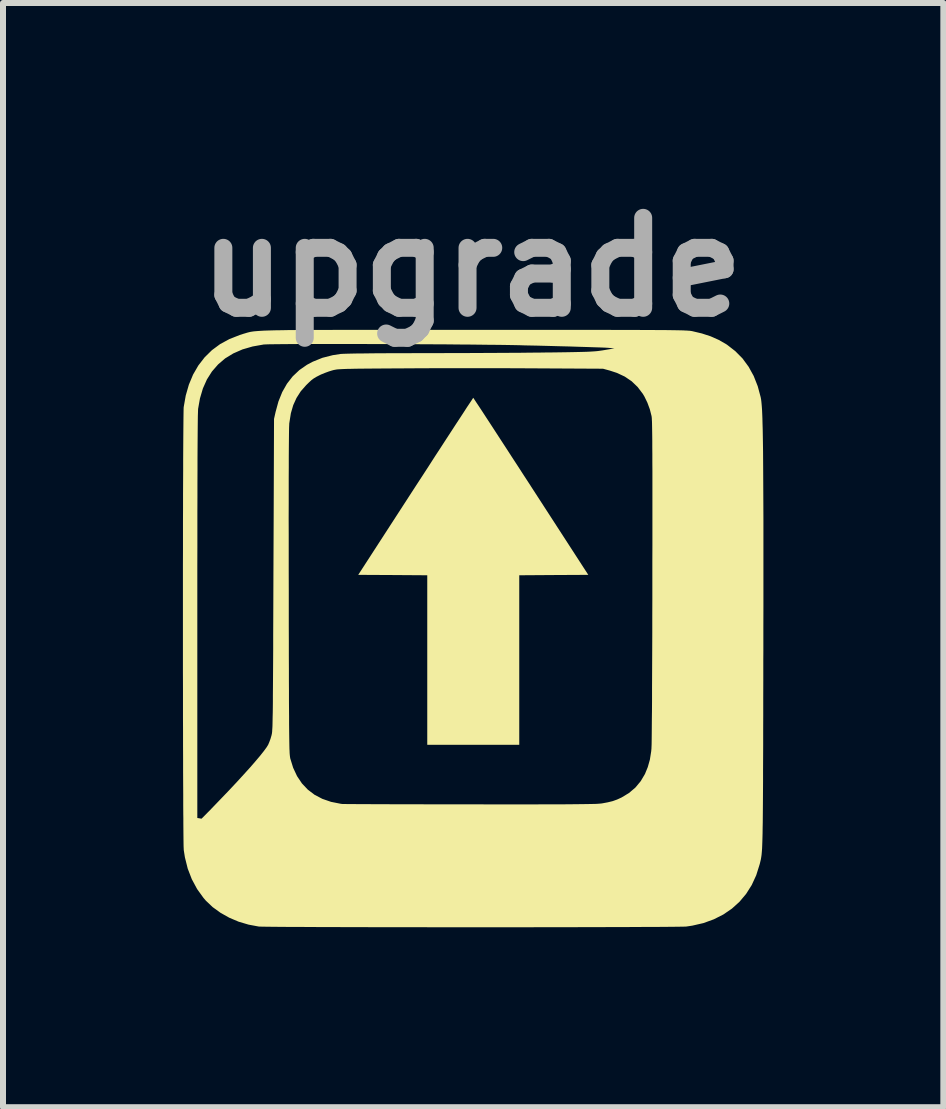
<source format=kicad_pcb>
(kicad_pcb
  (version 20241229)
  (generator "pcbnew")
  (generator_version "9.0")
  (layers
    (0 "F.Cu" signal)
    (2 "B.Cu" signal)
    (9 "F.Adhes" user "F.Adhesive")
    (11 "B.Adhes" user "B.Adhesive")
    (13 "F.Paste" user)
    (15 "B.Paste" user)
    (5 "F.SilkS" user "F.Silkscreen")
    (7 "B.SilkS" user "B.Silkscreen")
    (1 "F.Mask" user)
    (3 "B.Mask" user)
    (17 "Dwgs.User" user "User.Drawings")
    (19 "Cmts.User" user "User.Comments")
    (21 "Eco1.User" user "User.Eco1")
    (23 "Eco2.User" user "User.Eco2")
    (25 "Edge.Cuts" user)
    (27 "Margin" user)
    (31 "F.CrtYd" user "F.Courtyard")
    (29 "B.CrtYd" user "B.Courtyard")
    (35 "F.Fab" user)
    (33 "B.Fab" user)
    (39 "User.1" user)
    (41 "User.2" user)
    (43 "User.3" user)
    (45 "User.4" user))
  (footprint "upgrade"
    (layer "F.Cu")
    (at 4.817 7.404)
    (property "Reference" "upgrade" (at 0 -6 0) (layer "F.Fab") (effects (font (size 1.5 1.5) (thickness 0.3))))
    (attr board_only exclude_from_pos_files exclude_from_bom)
    (fp_poly (pts (xy 0.031 -3.811) (xy 0.05 -3.782) (xy 0.081 -3.735) (xy 0.123 -3.672) (xy 0.175 -3.593) (xy 0.236 -3.499) (xy 0.306 -3.392) (xy 0.384 -3.272) (xy 0.469 -3.141) (xy 0.561 -3) (xy 0.658 -2.85) (xy 0.761 -2.692) (xy 0.867 -2.528) (xy 0.978 -2.358) (xy 0.986 -2.345) (xy 1.942 -0.869) (xy 1.366 -0.866) (xy 0.791 -0.862) (xy 0.791 0.551) (xy 0.791 1.965) (xy 0.024 1.965) (xy -0.743 1.965) (xy -0.743 0.551) (xy -0.743 -0.862) (xy -1.318 -0.866) (xy -1.894 -0.869) (xy -0.938 -2.345) (xy -0.827 -2.515) (xy -0.72 -2.68) (xy -0.618 -2.839) (xy -0.52 -2.989) (xy -0.428 -3.131) (xy -0.342 -3.263) (xy -0.264 -3.383) (xy -0.193 -3.491) (xy -0.131 -3.586) (xy -0.079 -3.667) (xy -0.036 -3.731) (xy -0.004 -3.779) (xy 0.016 -3.81) (xy 0.024 -3.821) (xy 0.024 -3.821)) (stroke (width 0) (type solid)) (fill yes) (layer "F.SilkS"))
    (fp_poly (pts (xy -0.698 -4.954) (xy -0.376 -4.954) (xy -0.032 -4.954) (xy 0.036 -4.954) (xy 0.381 -4.954) (xy 0.703 -4.954) (xy 1.003 -4.954) (xy 1.281 -4.954) (xy 1.538 -4.954) (xy 1.776 -4.954) (xy 1.995 -4.954) (xy 2.195 -4.954) (xy 2.379 -4.953) (xy 2.545 -4.953) (xy 2.697 -4.953) (xy 2.833 -4.952) (xy 2.955 -4.952) (xy 3.064 -4.951) (xy 3.161 -4.95) (xy 3.246 -4.95) (xy 3.32 -4.949) (xy 3.385 -4.948) (xy 3.441 -4.947) (xy 3.488 -4.946) (xy 3.528 -4.945) (xy 3.561 -4.943) (xy 3.589 -4.942) (xy 3.612 -4.94) (xy 3.631 -4.939) (xy 3.646 -4.937) (xy 3.659 -4.935) (xy 3.671 -4.933) (xy 3.672 -4.933) (xy 3.836 -4.894) (xy 3.983 -4.846) (xy 4.116 -4.787) (xy 4.24 -4.716) (xy 4.258 -4.704) (xy 4.393 -4.599) (xy 4.513 -4.478) (xy 4.615 -4.339) (xy 4.7 -4.185) (xy 4.767 -4.015) (xy 4.817 -3.829) (xy 4.818 -3.822) (xy 4.823 -3.797) (xy 4.827 -3.764) (xy 4.831 -3.725) (xy 4.835 -3.678) (xy 4.839 -3.622) (xy 4.842 -3.557) (xy 4.845 -3.482) (xy 4.847 -3.396) (xy 4.85 -3.299) (xy 4.852 -3.19) (xy 4.854 -3.067) (xy 4.856 -2.932) (xy 4.857 -2.781) (xy 4.858 -2.616) (xy 4.859 -2.435) (xy 4.86 -2.238) (xy 4.861 -2.023) (xy 4.862 -1.79) (xy 4.862 -1.539) (xy 4.862 -1.269) (xy 4.862 -0.978) (xy 4.862 -0.666) (xy 4.862 -0.334) (xy 4.861 0.022) (xy 4.861 0.4) (xy 4.86 0.563) (xy 4.86 0.889) (xy 4.859 1.192) (xy 4.859 1.472) (xy 4.858 1.732) (xy 4.858 1.971) (xy 4.857 2.191) (xy 4.856 2.392) (xy 4.856 2.575) (xy 4.855 2.742) (xy 4.854 2.893) (xy 4.853 3.029) (xy 4.852 3.151) (xy 4.851 3.26) (xy 4.849 3.357) (xy 4.848 3.442) (xy 4.846 3.517) (xy 4.844 3.583) (xy 4.842 3.64) (xy 4.84 3.69) (xy 4.837 3.732) (xy 4.834 3.769) (xy 4.831 3.801) (xy 4.827 3.829) (xy 4.823 3.854) (xy 4.819 3.877) (xy 4.814 3.898) (xy 4.809 3.919) (xy 4.804 3.94) (xy 4.798 3.962) (xy 4.742 4.14) (xy 4.667 4.303) (xy 4.574 4.45) (xy 4.464 4.581) (xy 4.337 4.696) (xy 4.194 4.794) (xy 4.036 4.874) (xy 3.863 4.937) (xy 3.676 4.98) (xy 3.576 4.995) (xy 3.555 4.996) (xy 3.511 4.997) (xy 3.445 4.998) (xy 3.359 4.999) (xy 3.253 5) (xy 3.129 5.001) (xy 2.989 5.002) (xy 2.832 5.002) (xy 2.661 5.003) (xy 2.477 5.004) (xy 2.28 5.004) (xy 2.072 5.005) (xy 1.854 5.005) (xy 1.627 5.006) (xy 1.393 5.006) (xy 1.152 5.006) (xy 0.906 5.007) (xy 0.656 5.007) (xy 0.403 5.007) (xy 0.148 5.007) (xy -0.107 5.007) (xy -0.362 5.007) (xy -0.616 5.007) (xy -0.866 5.006) (xy -1.112 5.006) (xy -1.353 5.006) (xy -1.588 5.006) (xy -1.815 5.005) (xy -2.034 5.005) (xy -2.242 5.004) (xy -2.44 5.004) (xy -2.625 5.003) (xy -2.797 5.002) (xy -2.955 5.002) (xy -3.096 5.001) (xy -3.221 5) (xy -3.328 4.999) (xy -3.416 4.998) (xy -3.483 4.997) (xy -3.529 4.996) (xy -3.552 4.995) (xy -3.552 4.995) (xy -3.723 4.963) (xy -3.888 4.914) (xy -4.044 4.848) (xy -4.19 4.766) (xy -4.321 4.671) (xy -4.434 4.564) (xy -4.473 4.519) (xy -4.581 4.369) (xy -4.669 4.205) (xy -4.737 4.029) (xy -4.784 3.841) (xy -4.803 3.72) (xy -4.804 3.698) (xy -4.806 3.653) (xy -4.807 3.586) (xy -4.808 3.498) (xy -4.809 3.392) (xy -4.81 3.267) (xy -4.81 3.185) (xy -4.577 3.185) (xy -4.544 3.19) (xy -4.519 3.195) (xy -4.508 3.197) (xy -4.5 3.19) (xy -4.477 3.167) (xy -4.443 3.133) (xy -4.4 3.089) (xy -4.35 3.039) (xy -4.346 3.034) (xy -4.191 2.873) (xy -4.047 2.723) (xy -3.916 2.583) (xy -3.798 2.454) (xy -3.693 2.338) (xy -3.603 2.234) (xy -3.527 2.144) (xy -3.467 2.068) (xy -3.423 2.008) (xy -3.395 1.963) (xy -3.395 1.962) (xy -3.377 1.92) (xy -3.357 1.866) (xy -3.341 1.811) (xy -3.341 1.811) (xy -3.338 1.8) (xy -3.336 1.789) (xy -3.333 1.776) (xy -3.331 1.76) (xy -3.329 1.741) (xy -3.328 1.718) (xy -3.326 1.689) (xy -3.324 1.653) (xy -3.323 1.61) (xy -3.322 1.559) (xy -3.321 1.498) (xy -3.319 1.427) (xy -3.318 1.345) (xy -3.317 1.25) (xy -3.317 1.142) (xy -3.316 1.02) (xy -3.315 0.883) (xy -3.314 0.729) (xy -3.313 0.558) (xy -3.312 0.369) (xy -3.312 0.161) (xy -3.311 -0.067) (xy -3.31 -0.316) (xy -3.309 -0.587) (xy -3.308 -0.875) (xy -3.304 -1.812) (xy -3.054 -1.812) (xy -3.053 -1.544) (xy -3.053 -1.254) (xy -3.053 -0.94) (xy -3.052 -0.603) (xy -3.052 -0.581) (xy -3.052 -0.281) (xy -3.052 -0.005) (xy -3.051 0.25) (xy -3.051 0.483) (xy -3.05 0.696) (xy -3.05 0.891) (xy -3.049 1.066) (xy -3.049 1.225) (xy -3.048 1.367) (xy -3.047 1.494) (xy -3.047 1.606) (xy -3.046 1.705) (xy -3.045 1.792) (xy -3.044 1.867) (xy -3.043 1.931) (xy -3.042 1.985) (xy -3.041 2.031) (xy -3.039 2.069) (xy -3.038 2.1) (xy -3.036 2.126) (xy -3.034 2.146) (xy -3.032 2.163) (xy -3.03 2.176) (xy -3.028 2.188) (xy -3.027 2.193) (xy -2.979 2.348) (xy -2.914 2.487) (xy -2.833 2.608) (xy -2.735 2.712) (xy -2.622 2.798) (xy -2.492 2.866) (xy -2.347 2.916) (xy -2.186 2.948) (xy -2.163 2.951) (xy -2.147 2.952) (xy -2.109 2.952) (xy -2.049 2.953) (xy -1.969 2.953) (xy -1.87 2.954) (xy -1.753 2.954) (xy -1.619 2.955) (xy -1.471 2.955) (xy -1.308 2.956) (xy -1.133 2.956) (xy -0.946 2.956) (xy -0.749 2.957) (xy -0.542 2.957) (xy -0.328 2.957) (xy -0.108 2.957) (xy -0.036 2.957) (xy 0.233 2.958) (xy 0.478 2.958) (xy 0.702 2.958) (xy 0.905 2.958) (xy 1.088 2.958) (xy 1.252 2.957) (xy 1.399 2.957) (xy 1.529 2.957) (xy 1.644 2.956) (xy 1.744 2.955) (xy 1.831 2.954) (xy 1.906 2.953) (xy 1.969 2.952) (xy 2.022 2.951) (xy 2.065 2.95) (xy 2.101 2.948) (xy 2.129 2.946) (xy 2.151 2.944) (xy 2.169 2.942) (xy 2.266 2.924) (xy 2.348 2.904) (xy 2.423 2.877) (xy 2.497 2.843) (xy 2.621 2.768) (xy 2.727 2.678) (xy 2.816 2.571) (xy 2.887 2.451) (xy 2.934 2.336) (xy 2.969 2.212) (xy 2.991 2.073) (xy 2.995 2.031) (xy 2.996 2.004) (xy 2.998 1.954) (xy 2.999 1.882) (xy 3 1.788) (xy 3.001 1.673) (xy 3.002 1.538) (xy 3.004 1.383) (xy 3.005 1.21) (xy 3.005 1.019) (xy 3.006 0.81) (xy 3.007 0.586) (xy 3.008 0.346) (xy 3.009 0.091) (xy 3.009 -0.178) (xy 3.01 -0.461) (xy 3.01 -0.756) (xy 3.01 -0.767) (xy 3.01 -1.072) (xy 3.011 -1.353) (xy 3.011 -1.613) (xy 3.011 -1.851) (xy 3.011 -2.069) (xy 3.011 -2.268) (xy 3.011 -2.448) (xy 3.011 -2.61) (xy 3.01 -2.755) (xy 3.01 -2.885) (xy 3.009 -2.999) (xy 3.009 -3.1) (xy 3.008 -3.187) (xy 3.007 -3.262) (xy 3.006 -3.325) (xy 3.005 -3.378) (xy 3.004 -3.421) (xy 3.002 -3.455) (xy 3.001 -3.482) (xy 2.999 -3.501) (xy 2.997 -3.515) (xy 2.997 -3.516) (xy 2.968 -3.63) (xy 2.927 -3.741) (xy 2.878 -3.842) (xy 2.852 -3.886) (xy 2.765 -4.001) (xy 2.665 -4.097) (xy 2.55 -4.175) (xy 2.42 -4.236) (xy 2.301 -4.275) (xy 2.187 -4.306) (xy 1.085 -4.312) (xy 0.889 -4.313) (xy 0.674 -4.314) (xy 0.444 -4.315) (xy 0.205 -4.315) (xy -0.038 -4.315) (xy -0.281 -4.315) (xy -0.518 -4.315) (xy -0.746 -4.314) (xy -0.958 -4.313) (xy -1.12 -4.312) (xy -1.307 -4.311) (xy -1.472 -4.31) (xy -1.617 -4.309) (xy -1.742 -4.308) (xy -1.849 -4.307) (xy -1.941 -4.306) (xy -2.018 -4.304) (xy -2.082 -4.303) (xy -2.134 -4.301) (xy -2.177 -4.299) (xy -2.212 -4.297) (xy -2.24 -4.295) (xy -2.263 -4.292) (xy -2.283 -4.288) (xy -2.301 -4.285) (xy -2.318 -4.28) (xy -2.324 -4.279) (xy -2.382 -4.261) (xy -2.45 -4.236) (xy -2.516 -4.209) (xy -2.54 -4.197) (xy -2.593 -4.17) (xy -2.636 -4.144) (xy -2.676 -4.114) (xy -2.719 -4.074) (xy -2.761 -4.033) (xy -2.852 -3.93) (xy -2.923 -3.819) (xy -2.978 -3.698) (xy -3.017 -3.564) (xy -3.041 -3.413) (xy -3.044 -3.394) (xy -3.045 -3.368) (xy -3.047 -3.324) (xy -3.048 -3.262) (xy -3.049 -3.181) (xy -3.05 -3.082) (xy -3.051 -2.962) (xy -3.052 -2.823) (xy -3.052 -2.663) (xy -3.053 -2.482) (xy -3.053 -2.28) (xy -3.053 -2.057) (xy -3.054 -1.812) (xy -3.304 -1.812) (xy -3.298 -3.469) (xy -3.272 -3.585) (xy -3.224 -3.761) (xy -3.161 -3.917) (xy -3.082 -4.056) (xy -2.987 -4.178) (xy -2.876 -4.283) (xy -2.748 -4.372) (xy -2.652 -4.423) (xy -2.491 -4.488) (xy -2.318 -4.532) (xy -2.189 -4.552) (xy -2.156 -4.554) (xy -2.099 -4.556) (xy -2.019 -4.558) (xy -1.917 -4.56) (xy -1.792 -4.561) (xy -1.646 -4.563) (xy -1.479 -4.564) (xy -1.292 -4.565) (xy -1.084 -4.565) (xy -0.857 -4.566) (xy -0.752 -4.566) (xy -0.557 -4.566) (xy -0.356 -4.567) (xy -0.152 -4.567) (xy 0.052 -4.568) (xy 0.254 -4.569) (xy 0.451 -4.57) (xy 0.64 -4.571) (xy 0.817 -4.572) (xy 0.98 -4.574) (xy 1.126 -4.575) (xy 1.253 -4.577) (xy 1.3 -4.577) (xy 1.452 -4.579) (xy 1.582 -4.581) (xy 1.693 -4.583) (xy 1.787 -4.585) (xy 1.865 -4.587) (xy 1.931 -4.589) (xy 1.986 -4.592) (xy 2.033 -4.595) (xy 2.074 -4.598) (xy 2.11 -4.602) (xy 2.146 -4.607) (xy 2.181 -4.612) (xy 2.205 -4.616) (xy 2.378 -4.645) (xy 2.3 -4.652) (xy 2.266 -4.655) (xy 2.21 -4.658) (xy 2.132 -4.661) (xy 2.033 -4.664) (xy 1.916 -4.668) (xy 1.781 -4.672) (xy 1.63 -4.677) (xy 1.463 -4.681) (xy 1.283 -4.686) (xy 1.09 -4.691) (xy 0.885 -4.695) (xy 0.797 -4.698) (xy 0.695 -4.7) (xy 0.576 -4.702) (xy 0.441 -4.704) (xy 0.293 -4.705) (xy 0.133 -4.707) (xy -0.039 -4.709) (xy -0.219 -4.71) (xy -0.407 -4.712) (xy -0.602 -4.713) (xy -0.801 -4.714) (xy -1.004 -4.715) (xy -1.208 -4.716) (xy -1.412 -4.717) (xy -1.615 -4.717) (xy -1.815 -4.718) (xy -2.011 -4.718) (xy -2.201 -4.718) (xy -2.384 -4.718) (xy -2.557 -4.718) (xy -2.721 -4.718) (xy -2.872 -4.718) (xy -3.01 -4.717) (xy -3.133 -4.716) (xy -3.239 -4.715) (xy -3.328 -4.714) (xy -3.397 -4.713) (xy -3.445 -4.711) (xy -3.469 -4.71) (xy -3.655 -4.677) (xy -3.824 -4.628) (xy -3.977 -4.561) (xy -4.113 -4.478) (xy -4.231 -4.377) (xy -4.333 -4.26) (xy -4.417 -4.127) (xy -4.484 -3.977) (xy -4.533 -3.811) (xy -4.564 -3.636) (xy -4.565 -3.615) (xy -4.566 -3.577) (xy -4.568 -3.521) (xy -4.569 -3.447) (xy -4.57 -3.354) (xy -4.571 -3.243) (xy -4.572 -3.113) (xy -4.573 -2.962) (xy -4.574 -2.792) (xy -4.574 -2.602) (xy -4.575 -2.39) (xy -4.575 -2.158) (xy -4.576 -1.904) (xy -4.576 -1.628) (xy -4.576 -1.329) (xy -4.577 -1.008) (xy -4.577 -0.664) (xy -4.577 -0.297) (xy -4.577 -0.172) (xy -4.577 3.185) (xy -4.81 3.185) (xy -4.811 3.125) (xy -4.812 2.967) (xy -4.812 2.794) (xy -4.813 2.608) (xy -4.814 2.409) (xy -4.814 2.199) (xy -4.815 1.979) (xy -4.815 1.75) (xy -4.816 1.512) (xy -4.816 1.269) (xy -4.816 1.019) (xy -4.817 0.765) (xy -4.817 0.508) (xy -4.817 0.249) (xy -4.817 -0.012) (xy -4.817 -0.272) (xy -4.817 -0.53) (xy -4.817 -0.787) (xy -4.817 -1.039) (xy -4.816 -1.287) (xy -4.816 -1.529) (xy -4.816 -1.764) (xy -4.815 -1.991) (xy -4.815 -2.208) (xy -4.814 -2.415) (xy -4.813 -2.611) (xy -4.813 -2.793) (xy -4.812 -2.961) (xy -4.811 -3.115) (xy -4.81 -3.252) (xy -4.809 -3.371) (xy -4.808 -3.473) (xy -4.807 -3.554) (xy -4.806 -3.615) (xy -4.805 -3.653) (xy -4.804 -3.667) (xy -4.77 -3.859) (xy -4.718 -4.04) (xy -4.648 -4.208) (xy -4.56 -4.36) (xy -4.56 -4.36) (xy -4.455 -4.496) (xy -4.334 -4.615) (xy -4.196 -4.717) (xy -4.041 -4.801) (xy -3.87 -4.868) (xy -3.832 -4.88) (xy -3.809 -4.888) (xy -3.788 -4.894) (xy -3.768 -4.9) (xy -3.749 -4.906) (xy -3.73 -4.911) (xy -3.71 -4.916) (xy -3.688 -4.921) (xy -3.662 -4.925) (xy -3.634 -4.929) (xy -3.6 -4.932) (xy -3.562 -4.935) (xy -3.517 -4.938) (xy -3.465 -4.941) (xy -3.405 -4.943) (xy -3.337 -4.945) (xy -3.259 -4.947) (xy -3.171 -4.948) (xy -3.071 -4.95) (xy -2.96 -4.951) (xy -2.836 -4.952) (xy -2.697 -4.952) (xy -2.545 -4.953) (xy -2.377 -4.953) (xy -2.192 -4.954) (xy -1.991 -4.954) (xy -1.771 -4.954) (xy -1.533 -4.954) (xy -1.276 -4.954) (xy -0.997 -4.954)) (stroke (width 0) (type solid)) (fill yes) (layer "F.SilkS")))
  (gr_rect
    (start -3 -3)
    (end 12.679 15.411)
    (stroke (width 0.1) (type default))
    (fill no)
    (layer "Edge.Cuts")))
</source>
